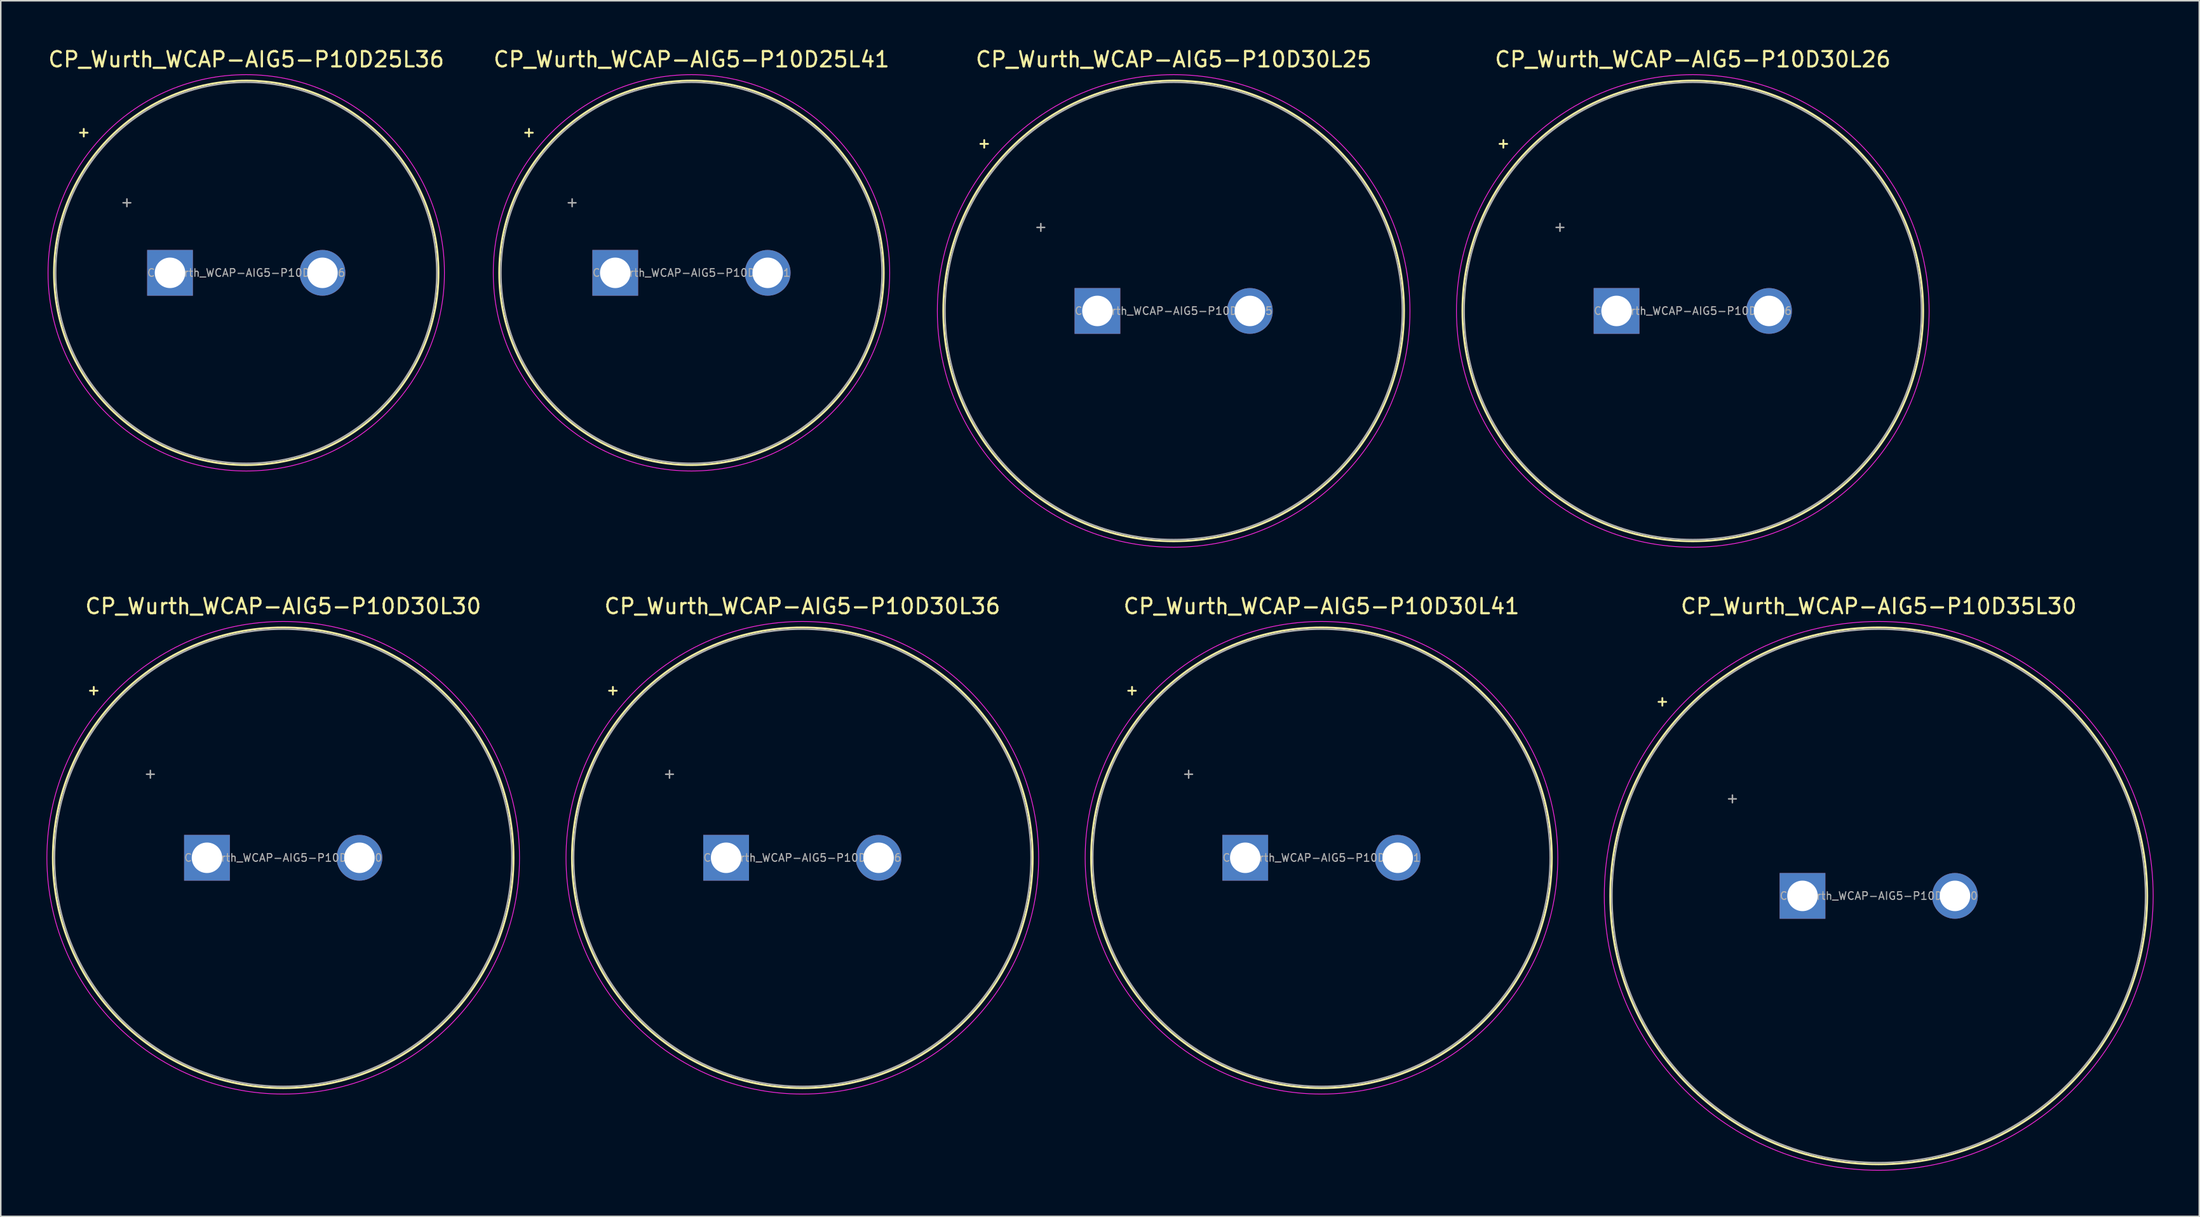
<source format=kicad_pcb>
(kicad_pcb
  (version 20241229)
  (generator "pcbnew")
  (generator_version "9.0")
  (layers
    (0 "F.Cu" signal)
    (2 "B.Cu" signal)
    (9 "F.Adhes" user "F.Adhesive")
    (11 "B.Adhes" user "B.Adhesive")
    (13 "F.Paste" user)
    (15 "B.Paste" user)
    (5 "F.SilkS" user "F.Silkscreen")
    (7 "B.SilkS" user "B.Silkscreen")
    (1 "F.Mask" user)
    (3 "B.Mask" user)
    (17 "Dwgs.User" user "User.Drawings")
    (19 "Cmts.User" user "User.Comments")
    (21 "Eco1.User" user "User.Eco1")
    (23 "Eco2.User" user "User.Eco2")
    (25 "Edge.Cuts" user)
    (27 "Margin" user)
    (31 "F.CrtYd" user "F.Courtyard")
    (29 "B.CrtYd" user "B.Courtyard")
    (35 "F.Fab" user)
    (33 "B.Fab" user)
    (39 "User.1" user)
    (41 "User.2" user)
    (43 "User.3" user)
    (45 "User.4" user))
  (footprint "CP_Wurth_WCAP-AIG5-P10D30L25"
    (layer "F.Cu")
    (at 68.93 17.348)
    (property "Reference" "CP_Wurth_WCAP-AIG5-P10D30L25" (at 5 -16.5 0) (unlocked yes) (layer "F.SilkS") (effects (font (size 1 1) (thickness 0.15))))
    (attr through_hole)
    (fp_line (start -7.675 -10.96) (end -7.175 -10.96) (stroke (width 0.12) (type solid)) (layer "F.SilkS"))
    (fp_line (start -7.425 -10.71) (end -7.425 -11.21) (stroke (width 0.12) (type solid)) (layer "F.SilkS"))
    (fp_circle (center 5 0) (end 20.11 0) (stroke (width 0.12) (type solid)) (fill no) (layer "F.SilkS"))
    (fp_circle (center 5 0) (end 20.5 0) (stroke (width 0.05) (type solid)) (fill no) (layer "F.CrtYd"))
    (fp_line (start -3.962 -5.48) (end -3.462 -5.48) (stroke (width 0.1) (type default)) (layer "F.Fab"))
    (fp_line (start -3.712 -5.23) (end -3.712 -5.73) (stroke (width 0.1) (type default)) (layer "F.Fab"))
    (fp_circle (center 5 0) (end 20 0) (stroke (width 0.1) (type solid)) (fill no) (layer "F.Fab"))
    (fp_text user "${REFERENCE}" (at 5 0 0) (unlocked yes) (layer "F.Fab") (effects (font (size 0.5 0.5) (thickness 0.075))))
    (pad "1" thru_hole rect (at 0 0) (size 3 3) (drill 2) (layers "*.Cu" "*.Mask"))
    (pad "2" thru_hole circle (at 10 0) (size 3 3) (drill 2) (layers "*.Cu" "*.Mask")))
  (footprint "CP_Wurth_WCAP-AIG5-P10D30L30"
    (layer "F.Cu")
    (at 10.525 53.221)
    (property "Reference" "CP_Wurth_WCAP-AIG5-P10D30L30" (at 5 -16.5 0) (unlocked yes) (layer "F.SilkS") (effects (font (size 1 1) (thickness 0.15))))
    (attr through_hole)
    (fp_line (start -7.675 -10.96) (end -7.175 -10.96) (stroke (width 0.12) (type solid)) (layer "F.SilkS"))
    (fp_line (start -7.425 -10.71) (end -7.425 -11.21) (stroke (width 0.12) (type solid)) (layer "F.SilkS"))
    (fp_circle (center 5 0) (end 20.11 0) (stroke (width 0.12) (type solid)) (fill no) (layer "F.SilkS"))
    (fp_circle (center 5 0) (end 20.5 0) (stroke (width 0.05) (type solid)) (fill no) (layer "F.CrtYd"))
    (fp_line (start -3.962 -5.48) (end -3.462 -5.48) (stroke (width 0.1) (type default)) (layer "F.Fab"))
    (fp_line (start -3.712 -5.23) (end -3.712 -5.73) (stroke (width 0.1) (type default)) (layer "F.Fab"))
    (fp_circle (center 5 0) (end 20 0) (stroke (width 0.1) (type solid)) (fill no) (layer "F.Fab"))
    (fp_text user "${REFERENCE}" (at 5 0 0) (unlocked yes) (layer "F.Fab") (effects (font (size 0.5 0.5) (thickness 0.075))))
    (pad "1" thru_hole rect (at 0 0) (size 3 3) (drill 2) (layers "*.Cu" "*.Mask"))
    (pad "2" thru_hole circle (at 10 0) (size 3 3) (drill 2) (layers "*.Cu" "*.Mask")))
  (footprint "CP_Wurth_WCAP-AIG5-P10D25L41"
    (layer "F.Cu")
    (at 37.304 14.848)
    (property "Reference" "CP_Wurth_WCAP-AIG5-P10D25L41" (at 5 -14 0) (unlocked yes) (layer "F.SilkS") (effects (font (size 1 1) (thickness 0.15))))
    (attr through_hole)
    (fp_line (start -5.907 -9.192) (end -5.407 -9.192) (stroke (width 0.12) (type solid)) (layer "F.SilkS"))
    (fp_line (start -5.657 -8.942) (end -5.657 -9.442) (stroke (width 0.12) (type solid)) (layer "F.SilkS"))
    (fp_circle (center 5 0) (end 17.61 0) (stroke (width 0.12) (type solid)) (fill no) (layer "F.SilkS"))
    (fp_circle (center 5 0) (end 18 0) (stroke (width 0.05) (type solid)) (fill no) (layer "F.CrtYd"))
    (fp_line (start -3.078 -4.596) (end -2.578 -4.596) (stroke (width 0.1) (type default)) (layer "F.Fab"))
    (fp_line (start -2.828 -4.346) (end -2.828 -4.846) (stroke (width 0.1) (type default)) (layer "F.Fab"))
    (fp_circle (center 5 0) (end 17.5 0) (stroke (width 0.1) (type solid)) (fill no) (layer "F.Fab"))
    (fp_text user "${REFERENCE}" (at 5 0 0) (unlocked yes) (layer "F.Fab") (effects (font (size 0.5 0.5) (thickness 0.075))))
    (pad "1" thru_hole rect (at 0 0) (size 3 3) (drill 2) (layers "*.Cu" "*.Mask"))
    (pad "2" thru_hole circle (at 10 0) (size 3 3) (drill 2) (layers "*.Cu" "*.Mask")))
  (footprint "CP_Wurth_WCAP-AIG5-P10D30L26"
    (layer "F.Cu")
    (at 102.98 17.348)
    (property "Reference" "CP_Wurth_WCAP-AIG5-P10D30L26" (at 5 -16.5 0) (unlocked yes) (layer "F.SilkS") (effects (font (size 1 1) (thickness 0.15))))
    (attr through_hole)
    (fp_line (start -7.675 -10.96) (end -7.175 -10.96) (stroke (width 0.12) (type solid)) (layer "F.SilkS"))
    (fp_line (start -7.425 -10.71) (end -7.425 -11.21) (stroke (width 0.12) (type solid)) (layer "F.SilkS"))
    (fp_circle (center 5 0) (end 20.11 0) (stroke (width 0.12) (type solid)) (fill no) (layer "F.SilkS"))
    (fp_circle (center 5 0) (end 20.5 0) (stroke (width 0.05) (type solid)) (fill no) (layer "F.CrtYd"))
    (fp_line (start -3.962 -5.48) (end -3.462 -5.48) (stroke (width 0.1) (type default)) (layer "F.Fab"))
    (fp_line (start -3.712 -5.23) (end -3.712 -5.73) (stroke (width 0.1) (type default)) (layer "F.Fab"))
    (fp_circle (center 5 0) (end 20 0) (stroke (width 0.1) (type solid)) (fill no) (layer "F.Fab"))
    (fp_text user "${REFERENCE}" (at 5 0 0) (unlocked yes) (layer "F.Fab") (effects (font (size 0.5 0.5) (thickness 0.075))))
    (pad "1" thru_hole rect (at 0 0) (size 3 3) (drill 2) (layers "*.Cu" "*.Mask"))
    (pad "2" thru_hole circle (at 10 0) (size 3 3) (drill 2) (layers "*.Cu" "*.Mask")))
  (footprint "CP_Wurth_WCAP-AIG5-P10D30L36"
    (layer "F.Cu")
    (at 44.575 53.221)
    (property "Reference" "CP_Wurth_WCAP-AIG5-P10D30L36" (at 5 -16.5 0) (unlocked yes) (layer "F.SilkS") (effects (font (size 1 1) (thickness 0.15))))
    (attr through_hole)
    (fp_line (start -7.675 -10.96) (end -7.175 -10.96) (stroke (width 0.12) (type solid)) (layer "F.SilkS"))
    (fp_line (start -7.425 -10.71) (end -7.425 -11.21) (stroke (width 0.12) (type solid)) (layer "F.SilkS"))
    (fp_circle (center 5 0) (end 20.11 0) (stroke (width 0.12) (type solid)) (fill no) (layer "F.SilkS"))
    (fp_circle (center 5 0) (end 20.5 0) (stroke (width 0.05) (type solid)) (fill no) (layer "F.CrtYd"))
    (fp_line (start -3.962 -5.48) (end -3.462 -5.48) (stroke (width 0.1) (type default)) (layer "F.Fab"))
    (fp_line (start -3.712 -5.23) (end -3.712 -5.73) (stroke (width 0.1) (type default)) (layer "F.Fab"))
    (fp_circle (center 5 0) (end 20 0) (stroke (width 0.1) (type solid)) (fill no) (layer "F.Fab"))
    (fp_text user "${REFERENCE}" (at 5 0 0) (unlocked yes) (layer "F.Fab") (effects (font (size 0.5 0.5) (thickness 0.075))))
    (pad "1" thru_hole rect (at 0 0) (size 3 3) (drill 2) (layers "*.Cu" "*.Mask"))
    (pad "2" thru_hole circle (at 10 0) (size 3 3) (drill 2) (layers "*.Cu" "*.Mask")))
  (footprint "CP_Wurth_WCAP-AIG5-P10D25L36"
    (layer "F.Cu")
    (at 8.101 14.848)
    (property "Reference" "CP_Wurth_WCAP-AIG5-P10D25L36" (at 5 -14 0) (unlocked yes) (layer "F.SilkS") (effects (font (size 1 1) (thickness 0.15))))
    (attr through_hole)
    (fp_line (start -5.907 -9.192) (end -5.407 -9.192) (stroke (width 0.12) (type solid)) (layer "F.SilkS"))
    (fp_line (start -5.657 -8.942) (end -5.657 -9.442) (stroke (width 0.12) (type solid)) (layer "F.SilkS"))
    (fp_circle (center 5 0) (end 17.61 0) (stroke (width 0.12) (type solid)) (fill no) (layer "F.SilkS"))
    (fp_circle (center 5 0) (end 18 0) (stroke (width 0.05) (type solid)) (fill no) (layer "F.CrtYd"))
    (fp_line (start -3.078 -4.596) (end -2.578 -4.596) (stroke (width 0.1) (type default)) (layer "F.Fab"))
    (fp_line (start -2.828 -4.346) (end -2.828 -4.846) (stroke (width 0.1) (type default)) (layer "F.Fab"))
    (fp_circle (center 5 0) (end 17.5 0) (stroke (width 0.1) (type solid)) (fill no) (layer "F.Fab"))
    (fp_text user "${REFERENCE}" (at 5 0 0) (unlocked yes) (layer "F.Fab") (effects (font (size 0.5 0.5) (thickness 0.075))))
    (pad "1" thru_hole rect (at 0 0) (size 3 3) (drill 2) (layers "*.Cu" "*.Mask"))
    (pad "2" thru_hole circle (at 10 0) (size 3 3) (drill 2) (layers "*.Cu" "*.Mask")))
  (footprint "CP_Wurth_WCAP-AIG5-P10D35L30"
    (layer "F.Cu")
    (at 115.175 55.721)
    (property "Reference" "CP_Wurth_WCAP-AIG5-P10D35L30" (at 5 -19 0) (unlocked yes) (layer "F.SilkS") (effects (font (size 1 1) (thickness 0.15))))
    (attr through_hole)
    (fp_line (start -9.442 -12.728) (end -8.942 -12.728) (stroke (width 0.12) (type solid)) (layer "F.SilkS"))
    (fp_line (start -9.192 -12.478) (end -9.192 -12.978) (stroke (width 0.12) (type solid)) (layer "F.SilkS"))
    (fp_circle (center 5 0) (end 22.61 0) (stroke (width 0.12) (type solid)) (fill no) (layer "F.SilkS"))
    (fp_circle (center 5 0) (end 23 0) (stroke (width 0.05) (type solid)) (fill no) (layer "F.CrtYd"))
    (fp_line (start -4.846 -6.364) (end -4.346 -6.364) (stroke (width 0.1) (type default)) (layer "F.Fab"))
    (fp_line (start -4.596 -6.114) (end -4.596 -6.614) (stroke (width 0.1) (type default)) (layer "F.Fab"))
    (fp_circle (center 5 0) (end 22.5 0) (stroke (width 0.1) (type solid)) (fill no) (layer "F.Fab"))
    (fp_text user "${REFERENCE}" (at 5 0 0) (unlocked yes) (layer "F.Fab") (effects (font (size 0.5 0.5) (thickness 0.075))))
    (pad "1" thru_hole rect (at 0 0) (size 3 3) (drill 2) (layers "*.Cu" "*.Mask"))
    (pad "2" thru_hole circle (at 10 0) (size 3 3) (drill 2) (layers "*.Cu" "*.Mask")))
  (footprint "CP_Wurth_WCAP-AIG5-P10D30L41"
    (layer "F.Cu")
    (at 78.625 53.221)
    (property "Reference" "CP_Wurth_WCAP-AIG5-P10D30L41" (at 5 -16.5 0) (unlocked yes) (layer "F.SilkS") (effects (font (size 1 1) (thickness 0.15))))
    (attr through_hole)
    (fp_line (start -7.675 -10.96) (end -7.175 -10.96) (stroke (width 0.12) (type solid)) (layer "F.SilkS"))
    (fp_line (start -7.425 -10.71) (end -7.425 -11.21) (stroke (width 0.12) (type solid)) (layer "F.SilkS"))
    (fp_circle (center 5 0) (end 20.11 0) (stroke (width 0.12) (type solid)) (fill no) (layer "F.SilkS"))
    (fp_circle (center 5 0) (end 20.5 0) (stroke (width 0.05) (type solid)) (fill no) (layer "F.CrtYd"))
    (fp_line (start -3.962 -5.48) (end -3.462 -5.48) (stroke (width 0.1) (type default)) (layer "F.Fab"))
    (fp_line (start -3.712 -5.23) (end -3.712 -5.73) (stroke (width 0.1) (type default)) (layer "F.Fab"))
    (fp_circle (center 5 0) (end 20 0) (stroke (width 0.1) (type solid)) (fill no) (layer "F.Fab"))
    (fp_text user "${REFERENCE}" (at 5 0 0) (unlocked yes) (layer "F.Fab") (effects (font (size 0.5 0.5) (thickness 0.075))))
    (pad "1" thru_hole rect (at 0 0) (size 3 3) (drill 2) (layers "*.Cu" "*.Mask"))
    (pad "2" thru_hole circle (at 10 0) (size 3 3) (drill 2) (layers "*.Cu" "*.Mask")))
  (gr_rect
    (start -3 -3)
    (end 141.2 76.746)
    (stroke (width 0.1) (type default))
    (fill no)
    (layer "Edge.Cuts")))
</source>
